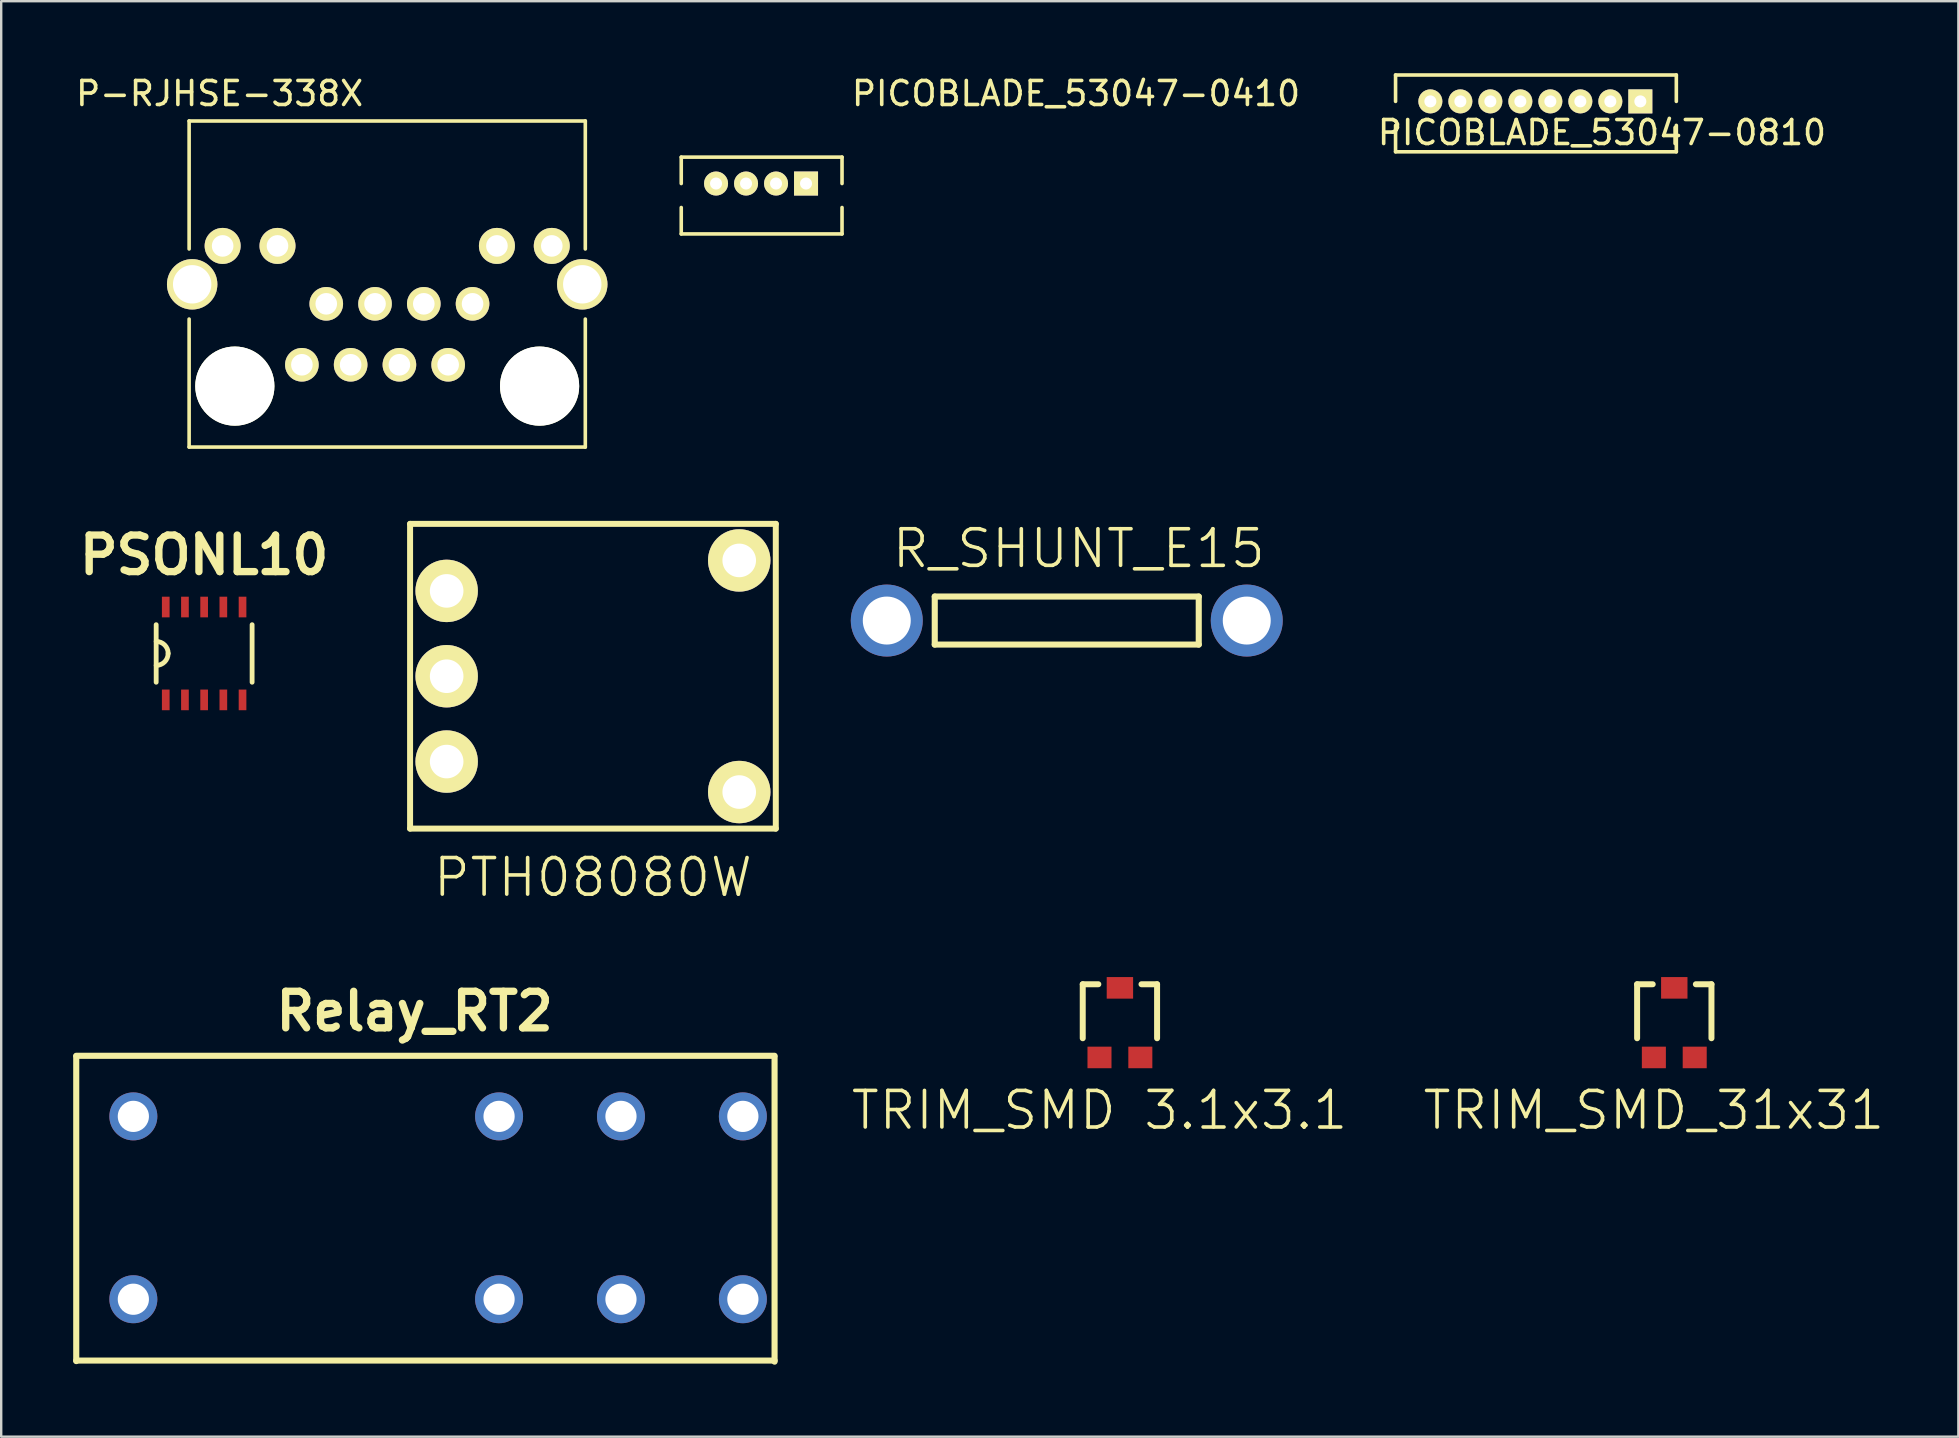
<source format=kicad_pcb>
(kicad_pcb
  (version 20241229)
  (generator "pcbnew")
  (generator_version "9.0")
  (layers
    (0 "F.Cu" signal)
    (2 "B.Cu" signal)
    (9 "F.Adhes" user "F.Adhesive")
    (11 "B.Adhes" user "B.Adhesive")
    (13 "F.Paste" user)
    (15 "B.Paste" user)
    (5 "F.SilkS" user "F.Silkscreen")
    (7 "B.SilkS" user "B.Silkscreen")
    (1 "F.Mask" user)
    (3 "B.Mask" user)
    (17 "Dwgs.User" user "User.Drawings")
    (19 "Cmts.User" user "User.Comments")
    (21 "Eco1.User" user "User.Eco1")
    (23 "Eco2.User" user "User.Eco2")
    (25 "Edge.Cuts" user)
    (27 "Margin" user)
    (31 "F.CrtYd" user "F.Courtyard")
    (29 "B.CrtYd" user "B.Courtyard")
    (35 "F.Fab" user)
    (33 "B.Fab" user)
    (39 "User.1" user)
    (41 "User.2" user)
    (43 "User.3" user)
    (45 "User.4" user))
  (footprint "P-RJHSE-338X"
    (layer "F.Cu")
    (at 16.642 9.611)
    (property "Reference" "P-RJHSE-338X" (at -10.541 -8.763 0) (layer "F.SilkS") (effects (font (size 1 1) (thickness 0.15))))
    (attr through_hole)
    (fp_line (start -11.811 -7.62) (end 4.699 -7.62) (stroke (width 0.15) (type solid)) (layer "F.SilkS"))
    (fp_line (start -11.811 -2.286) (end -11.811 -7.62) (stroke (width 0.15) (type solid)) (layer "F.SilkS"))
    (fp_line (start -11.811 5.969) (end -11.811 0.635) (stroke (width 0.15) (type solid)) (layer "F.SilkS"))
    (fp_line (start 4.699 -7.62) (end 4.699 -2.286) (stroke (width 0.15) (type solid)) (layer "F.SilkS"))
    (fp_line (start 4.699 0.635) (end 4.699 5.969) (stroke (width 0.15) (type solid)) (layer "F.SilkS"))
    (fp_line (start 4.699 5.969) (end -11.811 5.969) (stroke (width 0.15) (type solid)) (layer "F.SilkS"))
    (pad "" np_thru_hole circle (at -9.906 3.429) (size 3.3 3.3) (drill 3.3) (layers "*.Cu" "*.Mask" "F.SilkS"))
    (pad "" np_thru_hole circle (at 2.794 3.429) (size 3.3 3.3) (drill 3.3) (layers "*.Cu" "*.Mask" "F.SilkS"))
    (pad "1" thru_hole circle (at 0 0) (size 1.4 1.4) (drill 0.9) (layers "*.Cu" "*.Mask" "F.SilkS"))
    (pad "2" thru_hole circle (at -1.016 2.54) (size 1.4 1.4) (drill 0.9) (layers "*.Cu" "*.Mask" "F.SilkS"))
    (pad "3" thru_hole circle (at -2.032 0) (size 1.4 1.4) (drill 0.9) (layers "*.Cu" "*.Mask" "F.SilkS"))
    (pad "4" thru_hole circle (at -3.048 2.54) (size 1.4 1.4) (drill 0.9) (layers "*.Cu" "*.Mask" "F.SilkS"))
    (pad "5" thru_hole circle (at -4.064 0) (size 1.4 1.4) (drill 0.9) (layers "*.Cu" "*.Mask" "F.SilkS"))
    (pad "6" thru_hole circle (at -5.08 2.54) (size 1.4 1.4) (drill 0.9) (layers "*.Cu" "*.Mask" "F.SilkS"))
    (pad "7" thru_hole circle (at -6.096 0) (size 1.4 1.4) (drill 0.9) (layers "*.Cu" "*.Mask" "F.SilkS"))
    (pad "8" thru_hole circle (at -7.112 2.54) (size 1.4 1.4) (drill 0.9) (layers "*.Cu" "*.Mask" "F.SilkS"))
    (pad "9" thru_hole circle (at 3.302 -2.413) (size 1.5 1.5) (drill 0.9) (layers "*.Cu" "*.Mask" "F.SilkS"))
    (pad "10" thru_hole circle (at 1.016 -2.413) (size 1.5 1.5) (drill 0.9) (layers "*.Cu" "*.Mask" "F.SilkS"))
    (pad "11" thru_hole circle (at -8.128 -2.413) (size 1.5 1.5) (drill 0.9) (layers "*.Cu" "*.Mask" "F.SilkS"))
    (pad "12" thru_hole circle (at -10.414 -2.413) (size 1.5 1.5) (drill 0.9) (layers "*.Cu" "*.Mask" "F.SilkS"))
    (pad "13" thru_hole circle (at 4.572 -0.813) (size 2.1 2.1) (drill 1.6) (layers "*.Cu" "*.Mask" "F.SilkS"))
    (pad "14" thru_hole circle (at -11.684 -0.813) (size 2.1 2.1) (drill 1.6) (layers "*.Cu" "*.Mask" "F.SilkS")))
  (footprint "PICOBLADE_53047-0810"
    (layer "F.Cu")
    (at 65.306 1.175)
    (property "Reference" "PICOBLADE_53047-0810" (at -1.6 1.3 0) (layer "F.SilkS") (effects (font (size 1 1) (thickness 0.15))))
    (attr through_hole)
    (fp_line (start -10.2 -1.1) (end -10.2 0) (stroke (width 0.15) (type solid)) (layer "F.SilkS"))
    (fp_line (start -10.2 2.1) (end -10.2 1) (stroke (width 0.15) (type solid)) (layer "F.SilkS"))
    (fp_line (start 1.5 -1.1) (end -10.2 -1.1) (stroke (width 0.15) (type solid)) (layer "F.SilkS"))
    (fp_line (start 1.5 0) (end 1.5 -1.1) (stroke (width 0.15) (type solid)) (layer "F.SilkS"))
    (fp_line (start 1.5 1) (end 1.5 2.1) (stroke (width 0.15) (type solid)) (layer "F.SilkS"))
    (fp_line (start 1.5 2.1) (end -10.2 2.1) (stroke (width 0.15) (type solid)) (layer "F.SilkS"))
    (pad "1" thru_hole rect (at 0 0) (size 1 1) (drill 0.5) (layers "*.Cu" "*.Mask" "F.SilkS"))
    (pad "2" thru_hole circle (at -1.25 0) (size 1 1) (drill 0.5) (layers "*.Cu" "*.Mask" "F.SilkS"))
    (pad "3" thru_hole circle (at -2.5 0) (size 1 1) (drill 0.5) (layers "*.Cu" "*.Mask" "F.SilkS"))
    (pad "4" thru_hole circle (at -3.75 0) (size 1 1) (drill 0.5) (layers "*.Cu" "*.Mask" "F.SilkS"))
    (pad "5" thru_hole circle (at -5 0) (size 1 1) (drill 0.5) (layers "*.Cu" "*.Mask" "F.SilkS"))
    (pad "6" thru_hole circle (at -6.25 0) (size 1 1) (drill 0.5) (layers "*.Cu" "*.Mask" "F.SilkS"))
    (pad "7" thru_hole circle (at -7.5 0) (size 1 1) (drill 0.5) (layers "*.Cu" "*.Mask" "F.SilkS"))
    (pad "8" thru_hole circle (at -8.75 0) (size 1 1) (drill 0.5) (layers "*.Cu" "*.Mask" "F.SilkS")))
  (footprint "PSONL10"
    (layer "F.Cu")
    (at 5.457 24.181)
    (property "Reference" "PSONL10" (at 0 -4.1 0) (layer "F.SilkS") (effects (font (size 1.524 1.524) (thickness 0.305))))
    (attr through_hole)
    (fp_line (start -1.999 -1.199) (end -1.999 1.199) (stroke (width 0.201) (type solid)) (layer "F.SilkS"))
    (fp_line (start 1.999 -1.199) (end 1.999 1.199) (stroke (width 0.201) (type solid)) (layer "F.SilkS"))
    (fp_arc (start -1.99898 -0.50038) (mid -1.645158 -0.353822) (end -1.4986 0) (stroke (width 0.20066) (type solid)) (layer "F.SilkS"))
    (fp_arc (start -1.50114 0) (mid -1.646954 0.352026) (end -1.99898 0.49784) (stroke (width 0.20066) (type solid)) (layer "F.SilkS"))
    (pad "1" smd rect (at -1.6 1.935) (size 0.32 0.861) (layers "F.Cu" "F.Mask" "F.Paste"))
    (pad "2" smd rect (at -0.8 1.935) (size 0.32 0.861) (layers "F.Cu" "F.Mask" "F.Paste"))
    (pad "3" smd rect (at 0 1.935) (size 0.32 0.861) (layers "F.Cu" "F.Mask" "F.Paste"))
    (pad "4" smd rect (at 0.8 1.935) (size 0.32 0.861) (layers "F.Cu" "F.Mask" "F.Paste"))
    (pad "5" smd rect (at 1.6 1.935) (size 0.32 0.861) (layers "F.Cu" "F.Mask" "F.Paste"))
    (pad "6" smd rect (at 1.6 -1.935) (size 0.32 0.861) (layers "F.Cu" "F.Mask" "F.Paste"))
    (pad "7" smd rect (at 0.8 -1.935) (size 0.32 0.861) (layers "F.Cu" "F.Mask" "F.Paste"))
    (pad "8" smd rect (at 0 -1.935) (size 0.32 0.861) (layers "F.Cu" "F.Mask" "F.Paste"))
    (pad "9" smd rect (at -0.8 -1.935) (size 0.32 0.861) (layers "F.Cu" "F.Mask" "F.Paste"))
    (pad "10" smd rect (at -1.6 -1.935) (size 0.32 0.861) (layers "F.Cu" "F.Mask" "F.Paste")))
  (footprint "Relay_RT2"
    (layer "F.Cu")
    (at 22.827 51.092)
    (property "Reference" "Relay_RT2" (at -8.6 -11.999 0) (layer "F.SilkS") (effects (font (size 1.524 1.524) (thickness 0.305))))
    (attr through_hole)
    (fp_line (start -22.7 -10.122) (end -22.7 2.578) (stroke (width 0.254) (type solid)) (layer "F.SilkS"))
    (fp_line (start -22.7 2.555) (end 6.401 2.555) (stroke (width 0.254) (type solid)) (layer "F.SilkS"))
    (fp_line (start 6.401 -10.145) (end -22.7 -10.145) (stroke (width 0.254) (type solid)) (layer "F.SilkS"))
    (fp_line (start 6.401 2.601) (end 6.401 -10.099) (stroke (width 0.254) (type solid)) (layer "F.SilkS"))
    (pad "11" thru_hole circle (at 0 0) (size 1.999 1.999) (drill 1.3) (layers "*.Cu" "*.Mask"))
    (pad "12" thru_hole circle (at -5.08 0) (size 1.999 1.999) (drill 1.3) (layers "*.Cu" "*.Mask"))
    (pad "14" thru_hole circle (at 5.08 0) (size 1.999 1.999) (drill 1.3) (layers "*.Cu" "*.Mask"))
    (pad "21" thru_hole circle (at 0 -7.62) (size 1.999 1.999) (drill 1.3) (layers "*.Cu" "*.Mask"))
    (pad "22" thru_hole circle (at -5.08 -7.62) (size 1.999 1.999) (drill 1.3) (layers "*.Cu" "*.Mask"))
    (pad "24" thru_hole circle (at 5.08 -7.62) (size 1.999 1.999) (drill 1.3) (layers "*.Cu" "*.Mask"))
    (pad "A1" thru_hole circle (at -20.32 0) (size 1.999 1.999) (drill 1.3) (layers "*.Cu" "*.Mask"))
    (pad "A2" thru_hole circle (at -20.32 -7.62) (size 1.999 1.999) (drill 1.3) (layers "*.Cu" "*.Mask")))
  (footprint "R_SHUNT_E15"
    (layer "F.Cu")
    (at 33.904 22.81)
    (property "Reference" "R_SHUNT_E15" (at 8.001 -3 0) (layer "F.SilkS") (effects (font (size 1.524 1.524) (thickness 0.15))))
    (attr through_hole)
    (fp_line (start 1.999 -1.001) (end 13 -1.001) (stroke (width 0.254) (type solid)) (layer "F.SilkS"))
    (fp_line (start 1.999 1.001) (end 1.999 -1.001) (stroke (width 0.254) (type solid)) (layer "F.SilkS"))
    (fp_line (start 13 -1.001) (end 13 1.001) (stroke (width 0.254) (type solid)) (layer "F.SilkS"))
    (fp_line (start 13 1.001) (end 1.999 1.001) (stroke (width 0.254) (type solid)) (layer "F.SilkS"))
    (pad "1" thru_hole circle (at 0 0) (size 3 3) (drill 1.999) (layers "*.Cu" "*.Mask"))
    (pad "2" thru_hole circle (at 15.001 0) (size 3 3) (drill 1.999) (layers "*.Cu" "*.Mask")))
  (footprint "TRIM_SMD_31x31"
    (layer "F.Cu")
    (at 66.721 39.566)
    (property "Reference" "TRIM_SMD_31x31" (at -0.851 3.65 0) (layer "F.SilkS") (effects (font (size 1.524 1.524) (thickness 0.15))))
    (attr through_hole)
    (fp_line (start -1.549 -1.6) (end -1.549 0.65) (stroke (width 0.249) (type solid)) (layer "F.SilkS"))
    (fp_line (start -0.899 -1.6) (end -1.549 -1.6) (stroke (width 0.249) (type solid)) (layer "F.SilkS"))
    (fp_line (start 0.899 -1.6) (end 1.549 -1.6) (stroke (width 0.249) (type solid)) (layer "F.SilkS"))
    (fp_line (start 1.549 -1.6) (end 1.549 0.65) (stroke (width 0.249) (type solid)) (layer "F.SilkS"))
    (pad "1" smd rect (at -0.851 1.45) (size 1.001 0.899) (layers "F.Cu" "F.Mask" "F.Paste"))
    (pad "2" smd rect (at 0 -1.45) (size 1.1 0.899) (layers "F.Cu" "F.Mask" "F.Paste"))
    (pad "3" smd rect (at 0.851 1.45) (size 1.001 0.899) (layers "F.Cu" "F.Mask" "F.Paste")))
  (footprint "PICOBLADE_53047-0410"
    (layer "F.Cu")
    (at 30.539 4.598)
    (property "Reference" "PICOBLADE_53047-0410" (at 11.25 -3.75 0) (layer "F.SilkS") (effects (font (size 1 1) (thickness 0.15))))
    (attr through_hole)
    (fp_line (start -5.2 -1.1) (end -5.2 0) (stroke (width 0.15) (type solid)) (layer "F.SilkS"))
    (fp_line (start -5.2 2.1) (end -5.2 1) (stroke (width 0.15) (type solid)) (layer "F.SilkS"))
    (fp_line (start 1.5 -1.1) (end -5.2 -1.1) (stroke (width 0.15) (type solid)) (layer "F.SilkS"))
    (fp_line (start 1.5 0) (end 1.5 -1.1) (stroke (width 0.15) (type solid)) (layer "F.SilkS"))
    (fp_line (start 1.5 1) (end 1.5 2.1) (stroke (width 0.15) (type solid)) (layer "F.SilkS"))
    (fp_line (start 1.5 2.1) (end -5.2 2.1) (stroke (width 0.15) (type solid)) (layer "F.SilkS"))
    (pad "1" thru_hole rect (at 0 0) (size 1 1) (drill 0.5) (layers "*.Cu" "*.Mask" "F.SilkS"))
    (pad "2" thru_hole circle (at -1.25 0) (size 1 1) (drill 0.5) (layers "*.Cu" "*.Mask" "F.SilkS"))
    (pad "3" thru_hole circle (at -2.5 0) (size 1 1) (drill 0.5) (layers "*.Cu" "*.Mask" "F.SilkS"))
    (pad "4" thru_hole circle (at -3.75 0) (size 1 1) (drill 0.5) (layers "*.Cu" "*.Mask" "F.SilkS")))
  (footprint "PTH08080W"
    (layer "F.Cu")
    (at 15.563 21.574)
    (property "Reference" "PTH08080W" (at 6.096 11.938 0) (layer "F.SilkS") (effects (font (size 1.524 1.524) (thickness 0.15))))
    (attr through_hole)
    (fp_line (start -1.524 -2.794) (end -1.524 9.906) (stroke (width 0.249) (type solid)) (layer "F.SilkS"))
    (fp_line (start -1.524 9.906) (end 13.716 9.906) (stroke (width 0.249) (type solid)) (layer "F.SilkS"))
    (fp_line (start 13.716 -2.794) (end -1.524 -2.794) (stroke (width 0.249) (type solid)) (layer "F.SilkS"))
    (fp_line (start 13.716 9.906) (end 13.716 -2.794) (stroke (width 0.249) (type solid)) (layer "F.SilkS"))
    (pad "1" thru_hole circle (at 0 0) (size 2.601 2.601) (drill 1.4) (layers "*.Cu" "*.Mask" "F.SilkS"))
    (pad "2" thru_hole circle (at 0 3.556) (size 2.601 2.601) (drill 1.4) (layers "*.Cu" "*.Mask" "F.SilkS"))
    (pad "3" thru_hole circle (at 0 7.112) (size 2.601 2.601) (drill 1.4) (layers "*.Cu" "*.Mask" "F.SilkS"))
    (pad "4" thru_hole circle (at 12.192 8.382) (size 2.601 2.601) (drill 1.4) (layers "*.Cu" "*.Mask" "F.SilkS"))
    (pad "5" thru_hole circle (at 12.192 -1.27) (size 2.601 2.601) (drill 1.4) (layers "*.Cu" "*.Mask" "F.SilkS")))
  (footprint "TRIM_SMD 3.1x3.1"
    (layer "F.Cu")
    (at 43.619 39.566)
    (property "Reference" "TRIM_SMD 3.1x3.1" (at -0.851 3.65 0) (layer "F.SilkS") (effects (font (size 1.524 1.524) (thickness 0.15))))
    (attr through_hole)
    (fp_line (start -1.549 -1.6) (end -1.549 0.65) (stroke (width 0.249) (type solid)) (layer "F.SilkS"))
    (fp_line (start -0.899 -1.6) (end -1.549 -1.6) (stroke (width 0.249) (type solid)) (layer "F.SilkS"))
    (fp_line (start 0.899 -1.6) (end 1.549 -1.6) (stroke (width 0.249) (type solid)) (layer "F.SilkS"))
    (fp_line (start 1.549 -1.6) (end 1.549 0.65) (stroke (width 0.249) (type solid)) (layer "F.SilkS"))
    (pad "1" smd rect (at -0.851 1.45) (size 1.001 0.899) (layers "F.Cu" "F.Mask" "F.Paste"))
    (pad "2" smd rect (at 0 -1.45) (size 1.1 0.899) (layers "F.Cu" "F.Mask" "F.Paste"))
    (pad "3" smd rect (at 0.851 1.45) (size 1.001 0.899) (layers "F.Cu" "F.Mask" "F.Paste")))
  (gr_rect
    (start -3 -3)
    (end 78.559 56.82)
    (stroke (width 0.1) (type default))
    (fill no)
    (layer "Edge.Cuts")))
</source>
